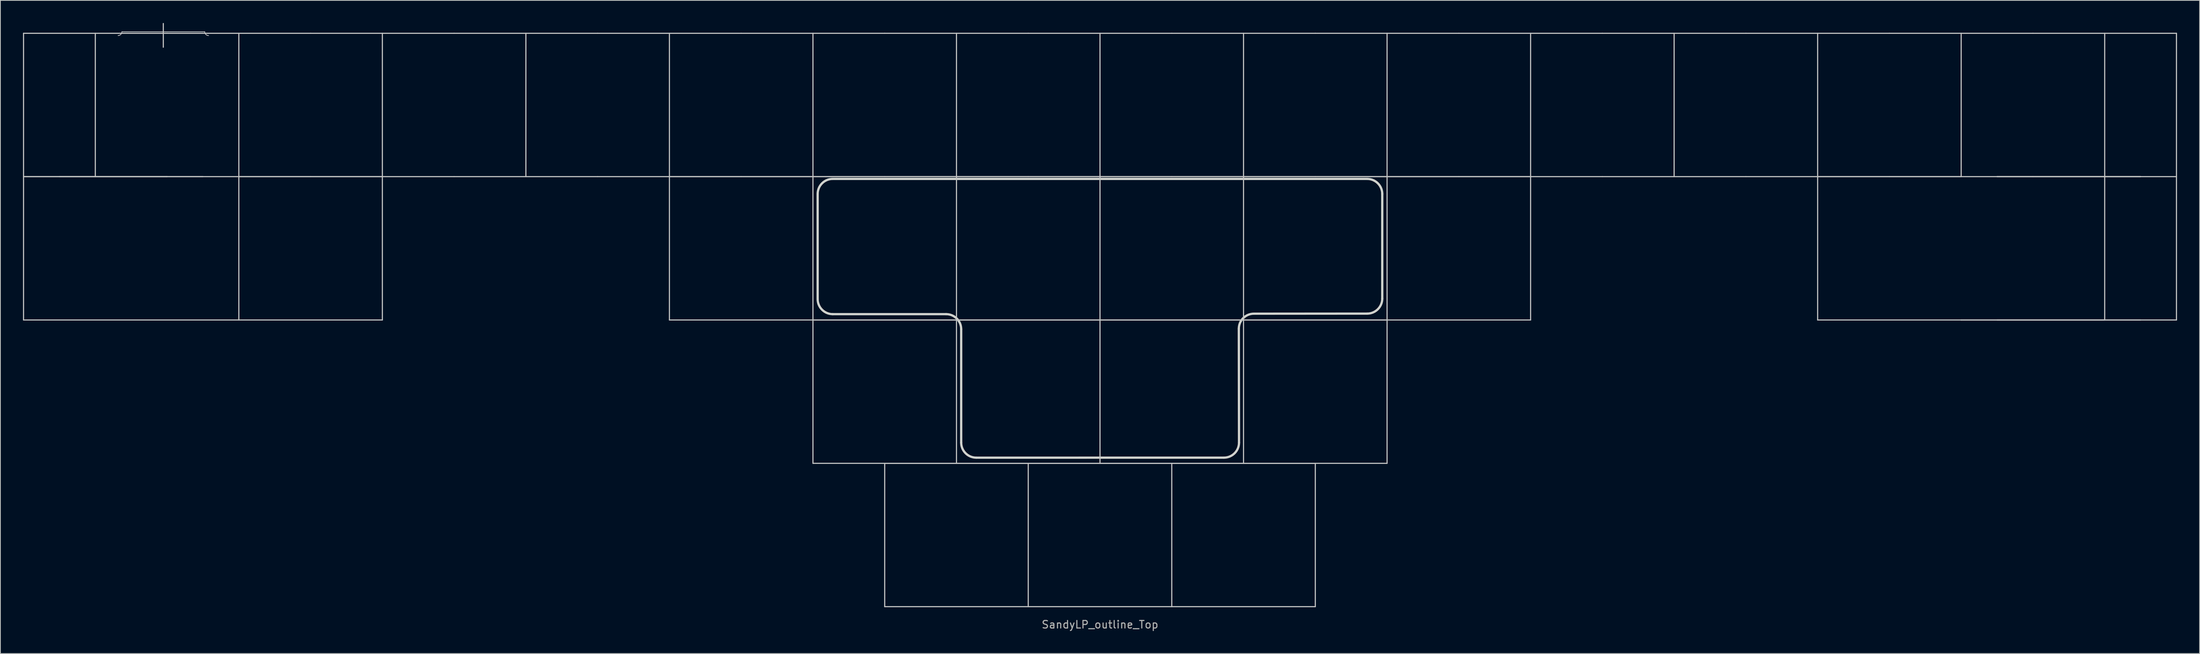
<source format=kicad_pcb>
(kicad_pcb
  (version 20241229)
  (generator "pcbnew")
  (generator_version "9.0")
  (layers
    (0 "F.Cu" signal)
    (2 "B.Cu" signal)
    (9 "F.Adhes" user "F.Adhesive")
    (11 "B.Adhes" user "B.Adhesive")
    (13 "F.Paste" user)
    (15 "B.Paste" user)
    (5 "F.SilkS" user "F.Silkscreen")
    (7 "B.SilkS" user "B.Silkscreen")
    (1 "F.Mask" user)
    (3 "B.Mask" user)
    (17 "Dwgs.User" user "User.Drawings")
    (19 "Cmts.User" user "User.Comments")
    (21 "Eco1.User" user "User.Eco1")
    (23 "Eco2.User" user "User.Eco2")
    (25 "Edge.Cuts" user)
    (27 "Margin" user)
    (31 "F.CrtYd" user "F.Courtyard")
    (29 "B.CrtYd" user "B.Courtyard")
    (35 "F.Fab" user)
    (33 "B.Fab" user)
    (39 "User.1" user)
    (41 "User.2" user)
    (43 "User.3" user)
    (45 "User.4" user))
  (footprint "SandyLP_outline_Top"
    (layer "F.Cu")
    (at 142.95 39.475)
    (property "Reference" "SandyLP_outline_Top" (at 0 40.481 0) (layer "F.Fab") (effects (font (size 1 1) (thickness 0.15))))
    (attr through_hole)
    (fp_line (start -142.875 -38.1) (end -123.825 -38.1) (stroke (width 0.15) (type solid)) (layer "Dwgs.User"))
    (fp_line (start -142.875 -19.05) (end -142.875 -38.1) (stroke (width 0.15) (type solid)) (layer "Dwgs.User"))
    (fp_line (start -142.875 -19.05) (end -142.875 0) (stroke (width 0.15) (type solid)) (layer "Dwgs.User"))
    (fp_line (start -142.875 0) (end -114.3 0) (stroke (width 0.15) (type solid)) (layer "Dwgs.User"))
    (fp_line (start -138.113 -19.05) (end -119.062 -19.05) (stroke (width 0.15) (type solid)) (layer "Dwgs.User"))
    (fp_line (start -133.35 -19.05) (end -133.35 -38.1) (stroke (width 0.15) (type solid)) (layer "Dwgs.User"))
    (fp_line (start -129.825 -38.3) (end -118.825 -38.3) (stroke (width 0.1) (type solid)) (layer "Dwgs.User"))
    (fp_line (start -124.325 -39.4) (end -124.325 -36.25) (stroke (width 0.15) (type solid)) (layer "Dwgs.User"))
    (fp_line (start -123.825 -38.1) (end -104.775 -38.1) (stroke (width 0.15) (type solid)) (layer "Dwgs.User"))
    (fp_line (start -123.825 -19.05) (end -142.875 -19.05) (stroke (width 0.15) (type solid)) (layer "Dwgs.User"))
    (fp_line (start -123.825 -19.05) (end -142.875 -19.05) (stroke (width 0.15) (type solid)) (layer "Dwgs.User"))
    (fp_line (start -114.3 -38.1) (end -114.3 -19.05) (stroke (width 0.15) (type solid)) (layer "Dwgs.User"))
    (fp_line (start -114.3 -19.05) (end -95.25 -19.05) (stroke (width 0.15) (type solid)) (layer "Dwgs.User"))
    (fp_line (start -114.3 0) (end -114.3 -19.05) (stroke (width 0.15) (type solid)) (layer "Dwgs.User"))
    (fp_line (start -104.775 -38.1) (end -85.725 -38.1) (stroke (width 0.15) (type solid)) (layer "Dwgs.User"))
    (fp_line (start -104.775 -19.05) (end -123.825 -19.05) (stroke (width 0.15) (type solid)) (layer "Dwgs.User"))
    (fp_line (start -95.25 -19.05) (end -95.25 -38.1) (stroke (width 0.15) (type solid)) (layer "Dwgs.User"))
    (fp_line (start -95.25 -19.05) (end -95.25 0) (stroke (width 0.15) (type solid)) (layer "Dwgs.User"))
    (fp_line (start -95.25 0) (end -114.3 0) (stroke (width 0.15) (type solid)) (layer "Dwgs.User"))
    (fp_line (start -85.725 -38.1) (end -66.675 -38.1) (stroke (width 0.15) (type solid)) (layer "Dwgs.User"))
    (fp_line (start -85.725 -19.05) (end -104.775 -19.05) (stroke (width 0.15) (type solid)) (layer "Dwgs.User"))
    (fp_line (start -76.2 -38.1) (end -76.2 -19.05) (stroke (width 0.15) (type solid)) (layer "Dwgs.User"))
    (fp_line (start -66.675 -38.1) (end -47.625 -38.1) (stroke (width 0.15) (type solid)) (layer "Dwgs.User"))
    (fp_line (start -66.675 -19.05) (end -85.725 -19.05) (stroke (width 0.15) (type solid)) (layer "Dwgs.User"))
    (fp_line (start -57.15 -38.1) (end -57.15 -19.05) (stroke (width 0.15) (type solid)) (layer "Dwgs.User"))
    (fp_line (start -57.15 -19.05) (end -38.1 -19.05) (stroke (width 0.15) (type solid)) (layer "Dwgs.User"))
    (fp_line (start -57.15 0) (end -57.15 -19.05) (stroke (width 0.15) (type solid)) (layer "Dwgs.User"))
    (fp_line (start -47.625 -38.1) (end -28.575 -38.1) (stroke (width 0.15) (type solid)) (layer "Dwgs.User"))
    (fp_line (start -47.625 -19.05) (end -66.675 -19.05) (stroke (width 0.15) (type solid)) (layer "Dwgs.User"))
    (fp_line (start -38.1 -19.05) (end -38.1 -38.1) (stroke (width 0.15) (type solid)) (layer "Dwgs.User"))
    (fp_line (start -38.1 -19.05) (end -19.05 -19.05) (stroke (width 0.15) (type solid)) (layer "Dwgs.User"))
    (fp_line (start -38.1 0) (end -57.15 0) (stroke (width 0.15) (type solid)) (layer "Dwgs.User"))
    (fp_line (start -38.1 0) (end -38.1 -19.05) (stroke (width 0.15) (type solid)) (layer "Dwgs.User"))
    (fp_line (start -38.1 0) (end -19.05 0) (stroke (width 0.15) (type solid)) (layer "Dwgs.User"))
    (fp_line (start -38.1 19.05) (end -38.1 0) (stroke (width 0.15) (type solid)) (layer "Dwgs.User"))
    (fp_line (start -28.575 -38.1) (end -9.525 -38.1) (stroke (width 0.15) (type solid)) (layer "Dwgs.User"))
    (fp_line (start -28.575 -19.05) (end -47.625 -19.05) (stroke (width 0.15) (type solid)) (layer "Dwgs.User"))
    (fp_line (start -28.575 19.05) (end -9.525 19.05) (stroke (width 0.15) (type solid)) (layer "Dwgs.User"))
    (fp_line (start -28.575 38.1) (end -28.575 19.05) (stroke (width 0.15) (type solid)) (layer "Dwgs.User"))
    (fp_line (start -19.05 -19.05) (end -19.05 -38.1) (stroke (width 0.15) (type solid)) (layer "Dwgs.User"))
    (fp_line (start -19.05 -19.05) (end -19.05 0) (stroke (width 0.15) (type solid)) (layer "Dwgs.User"))
    (fp_line (start -19.05 -19.05) (end 0 -19.05) (stroke (width 0.15) (type solid)) (layer "Dwgs.User"))
    (fp_line (start -19.05 0) (end -38.1 0) (stroke (width 0.15) (type solid)) (layer "Dwgs.User"))
    (fp_line (start -19.05 0) (end 0 0) (stroke (width 0.15) (type solid)) (layer "Dwgs.User"))
    (fp_line (start -19.05 19.05) (end -38.1 19.05) (stroke (width 0.15) (type solid)) (layer "Dwgs.User"))
    (fp_line (start -19.05 19.05) (end -19.05 0) (stroke (width 0.15) (type solid)) (layer "Dwgs.User"))
    (fp_line (start -9.525 -38.1) (end 9.525 -38.1) (stroke (width 0.15) (type solid)) (layer "Dwgs.User"))
    (fp_line (start -9.525 -19.05) (end -28.575 -19.05) (stroke (width 0.15) (type solid)) (layer "Dwgs.User"))
    (fp_line (start -9.525 19.05) (end 9.525 19.05) (stroke (width 0.15) (type solid)) (layer "Dwgs.User"))
    (fp_line (start -9.525 38.1) (end -28.575 38.1) (stroke (width 0.15) (type solid)) (layer "Dwgs.User"))
    (fp_line (start -9.525 38.1) (end -9.525 19.05) (stroke (width 0.15) (type solid)) (layer "Dwgs.User"))
    (fp_line (start 0 -19.05) (end 0 -38.1) (stroke (width 0.15) (type solid)) (layer "Dwgs.User"))
    (fp_line (start 0 -19.05) (end 0 0) (stroke (width 0.15) (type solid)) (layer "Dwgs.User"))
    (fp_line (start 0 -19.05) (end 19.05 -19.05) (stroke (width 0.15) (type solid)) (layer "Dwgs.User"))
    (fp_line (start 0 0) (end -19.05 0) (stroke (width 0.15) (type solid)) (layer "Dwgs.User"))
    (fp_line (start 0 0) (end 19.05 0) (stroke (width 0.15) (type solid)) (layer "Dwgs.User"))
    (fp_line (start 0 19.05) (end -19.05 19.05) (stroke (width 0.15) (type solid)) (layer "Dwgs.User"))
    (fp_line (start 0 19.05) (end 0 0) (stroke (width 0.15) (type solid)) (layer "Dwgs.User"))
    (fp_line (start 9.525 -38.1) (end 28.575 -38.1) (stroke (width 0.15) (type solid)) (layer "Dwgs.User"))
    (fp_line (start 9.525 -19.05) (end -9.525 -19.05) (stroke (width 0.15) (type solid)) (layer "Dwgs.User"))
    (fp_line (start 9.525 19.05) (end 28.575 19.05) (stroke (width 0.15) (type solid)) (layer "Dwgs.User"))
    (fp_line (start 9.525 38.1) (end -9.525 38.1) (stroke (width 0.15) (type solid)) (layer "Dwgs.User"))
    (fp_line (start 9.525 38.1) (end 9.525 19.05) (stroke (width 0.15) (type solid)) (layer "Dwgs.User"))
    (fp_line (start 19.05 -19.05) (end 19.05 -38.1) (stroke (width 0.15) (type solid)) (layer "Dwgs.User"))
    (fp_line (start 19.05 -19.05) (end 38.1 -19.05) (stroke (width 0.15) (type solid)) (layer "Dwgs.User"))
    (fp_line (start 19.05 0) (end 0 0) (stroke (width 0.15) (type solid)) (layer "Dwgs.User"))
    (fp_line (start 19.05 0) (end 19.05 -19.05) (stroke (width 0.15) (type solid)) (layer "Dwgs.User"))
    (fp_line (start 19.05 0) (end 38.1 0) (stroke (width 0.15) (type solid)) (layer "Dwgs.User"))
    (fp_line (start 19.05 19.05) (end 0 19.05) (stroke (width 0.15) (type solid)) (layer "Dwgs.User"))
    (fp_line (start 19.05 19.05) (end 19.05 0) (stroke (width 0.15) (type solid)) (layer "Dwgs.User"))
    (fp_line (start 28.575 -38.1) (end 47.625 -38.1) (stroke (width 0.15) (type solid)) (layer "Dwgs.User"))
    (fp_line (start 28.575 -19.05) (end 9.525 -19.05) (stroke (width 0.15) (type solid)) (layer "Dwgs.User"))
    (fp_line (start 28.575 19.05) (end 28.575 38.1) (stroke (width 0.15) (type solid)) (layer "Dwgs.User"))
    (fp_line (start 28.575 38.1) (end 9.525 38.1) (stroke (width 0.15) (type solid)) (layer "Dwgs.User"))
    (fp_line (start 38.1 -19.05) (end 38.1 -38.1) (stroke (width 0.15) (type solid)) (layer "Dwgs.User"))
    (fp_line (start 38.1 -19.05) (end 38.1 0) (stroke (width 0.15) (type solid)) (layer "Dwgs.User"))
    (fp_line (start 38.1 -19.05) (end 57.15 -19.05) (stroke (width 0.15) (type solid)) (layer "Dwgs.User"))
    (fp_line (start 38.1 0) (end 19.05 0) (stroke (width 0.15) (type solid)) (layer "Dwgs.User"))
    (fp_line (start 38.1 0) (end 38.1 19.05) (stroke (width 0.15) (type solid)) (layer "Dwgs.User"))
    (fp_line (start 38.1 19.05) (end 19.05 19.05) (stroke (width 0.15) (type solid)) (layer "Dwgs.User"))
    (fp_line (start 47.625 -38.1) (end 66.675 -38.1) (stroke (width 0.15) (type solid)) (layer "Dwgs.User"))
    (fp_line (start 47.625 -19.05) (end 28.575 -19.05) (stroke (width 0.15) (type solid)) (layer "Dwgs.User"))
    (fp_line (start 57.15 -19.05) (end 57.15 -38.1) (stroke (width 0.15) (type solid)) (layer "Dwgs.User"))
    (fp_line (start 57.15 -19.05) (end 57.15 0) (stroke (width 0.15) (type solid)) (layer "Dwgs.User"))
    (fp_line (start 57.15 0) (end 38.1 0) (stroke (width 0.15) (type solid)) (layer "Dwgs.User"))
    (fp_line (start 66.675 -38.1) (end 85.725 -38.1) (stroke (width 0.15) (type solid)) (layer "Dwgs.User"))
    (fp_line (start 66.675 -19.05) (end 47.625 -19.05) (stroke (width 0.15) (type solid)) (layer "Dwgs.User"))
    (fp_line (start 76.2 -19.05) (end 76.2 -38.1) (stroke (width 0.15) (type solid)) (layer "Dwgs.User"))
    (fp_line (start 85.725 -38.1) (end 104.775 -38.1) (stroke (width 0.15) (type solid)) (layer "Dwgs.User"))
    (fp_line (start 85.725 -19.05) (end 66.675 -19.05) (stroke (width 0.15) (type solid)) (layer "Dwgs.User"))
    (fp_line (start 95.25 -38.1) (end 95.25 -19.05) (stroke (width 0.15) (type solid)) (layer "Dwgs.User"))
    (fp_line (start 95.25 -19.05) (end 114.3 -19.05) (stroke (width 0.15) (type solid)) (layer "Dwgs.User"))
    (fp_line (start 95.25 0) (end 95.25 -19.05) (stroke (width 0.15) (type solid)) (layer "Dwgs.User"))
    (fp_line (start 104.775 -38.1) (end 123.825 -38.1) (stroke (width 0.15) (type solid)) (layer "Dwgs.User"))
    (fp_line (start 104.775 -19.05) (end 85.725 -19.05) (stroke (width 0.15) (type solid)) (layer "Dwgs.User"))
    (fp_line (start 114.3 -38.1) (end 114.3 -19.05) (stroke (width 0.15) (type solid)) (layer "Dwgs.User"))
    (fp_line (start 114.3 0) (end 95.25 0) (stroke (width 0.15) (type solid)) (layer "Dwgs.User"))
    (fp_line (start 114.3 0) (end 142.875 0) (stroke (width 0.15) (type solid)) (layer "Dwgs.User"))
    (fp_line (start 119.062 -19.05) (end 138.113 -19.05) (stroke (width 0.15) (type solid)) (layer "Dwgs.User"))
    (fp_line (start 119.062 -19.05) (end 138.113 -19.05) (stroke (width 0.15) (type solid)) (layer "Dwgs.User"))
    (fp_line (start 123.825 -38.1) (end 142.875 -38.1) (stroke (width 0.15) (type solid)) (layer "Dwgs.User"))
    (fp_line (start 123.825 -19.05) (end 104.775 -19.05) (stroke (width 0.15) (type solid)) (layer "Dwgs.User"))
    (fp_line (start 133.35 -38.1) (end 133.35 -19.05) (stroke (width 0.15) (type solid)) (layer "Dwgs.User"))
    (fp_line (start 133.35 -19.05) (end 133.35 0) (stroke (width 0.15) (type solid)) (layer "Dwgs.User"))
    (fp_line (start 133.35 0) (end 114.3 0) (stroke (width 0.15) (type solid)) (layer "Dwgs.User"))
    (fp_line (start 138.113 0) (end 119.062 0) (stroke (width 0.15) (type solid)) (layer "Dwgs.User"))
    (fp_line (start 142.875 -38.1) (end 142.875 -19.05) (stroke (width 0.15) (type solid)) (layer "Dwgs.User"))
    (fp_line (start 142.875 -19.05) (end 123.825 -19.05) (stroke (width 0.15) (type solid)) (layer "Dwgs.User"))
    (fp_line (start 142.875 -19.05) (end 142.875 0) (stroke (width 0.15) (type solid)) (layer "Dwgs.User"))
    (fp_arc (start -129.825 -38.30004) (mid -129.971447 -37.946487) (end -130.325 -37.80004) (stroke (width 0.1) (type solid)) (layer "Dwgs.User"))
    (fp_arc (start -118.325 -37.80004) (mid -118.678553 -37.946487) (end -118.825 -38.30004) (stroke (width 0.1) (type solid)) (layer "Dwgs.User"))
    (fp_line (start -37.475 -2.775) (end -37.475 -16.75) (stroke (width 0.3) (type solid)) (layer "Edge.Cuts"))
    (fp_line (start -35.475 -0.775) (end -20.425 -0.775) (stroke (width 0.3) (type solid)) (layer "Edge.Cuts"))
    (fp_line (start -18.425 16.3) (end -18.425 1.225) (stroke (width 0.3) (type solid)) (layer "Edge.Cuts"))
    (fp_line (start -16.425 18.3) (end 16.45 18.296) (stroke (width 0.3) (type solid)) (layer "Edge.Cuts"))
    (fp_line (start 18.45 16.296) (end 18.425 1.164) (stroke (width 0.3) (type solid)) (layer "Edge.Cuts"))
    (fp_line (start 20.425 -0.836) (end 35.462 -0.846) (stroke (width 0.3) (type solid)) (layer "Edge.Cuts"))
    (fp_line (start 35.462 -18.75) (end -35.475 -18.75) (stroke (width 0.3) (type solid)) (layer "Edge.Cuts"))
    (fp_line (start 37.462 -2.846) (end 37.462 -16.75) (stroke (width 0.3) (type solid)) (layer "Edge.Cuts"))
    (fp_arc (start -37.475 -16.75004) (mid -36.889214 -18.164255) (end -35.475 -18.75004) (stroke (width 0.3) (type solid)) (layer "Edge.Cuts"))
    (fp_arc (start -35.475 -0.77504) (mid -36.889214 -1.360826) (end -37.475 -2.77504) (stroke (width 0.3) (type solid)) (layer "Edge.Cuts"))
    (fp_arc (start -20.425 -0.77504) (mid -19.010786 -0.189254) (end -18.425 1.22496) (stroke (width 0.3) (type solid)) (layer "Edge.Cuts"))
    (fp_arc (start -16.425 18.297853) (mid -17.839214 17.712067) (end -18.425 16.297853) (stroke (width 0.3) (type solid)) (layer "Edge.Cuts"))
    (fp_arc (start 18.425 1.164174) (mid 19.010766 -0.250052) (end 20.425 -0.835826) (stroke (width 0.3) (type solid)) (layer "Edge.Cuts"))
    (fp_arc (start 18.44991 16.295746) (mid 17.864148 17.709982) (end 16.44991 18.295746) (stroke (width 0.3) (type solid)) (layer "Edge.Cuts"))
    (fp_arc (start 35.4625 -18.75004) (mid 36.876714 -18.164254) (end 37.4625 -16.75004) (stroke (width 0.3) (type solid)) (layer "Edge.Cuts"))
    (fp_arc (start 37.4625 -2.845826) (mid 36.876693 -1.431625) (end 35.4625 -0.845826) (stroke (width 0.3) (type solid)) (layer "Edge.Cuts")))
  (gr_rect
    (start -3 -3)
    (end 288.9 83.805)
    (stroke (width 0.1) (type default))
    (fill no)
    (layer "Edge.Cuts")))
</source>
